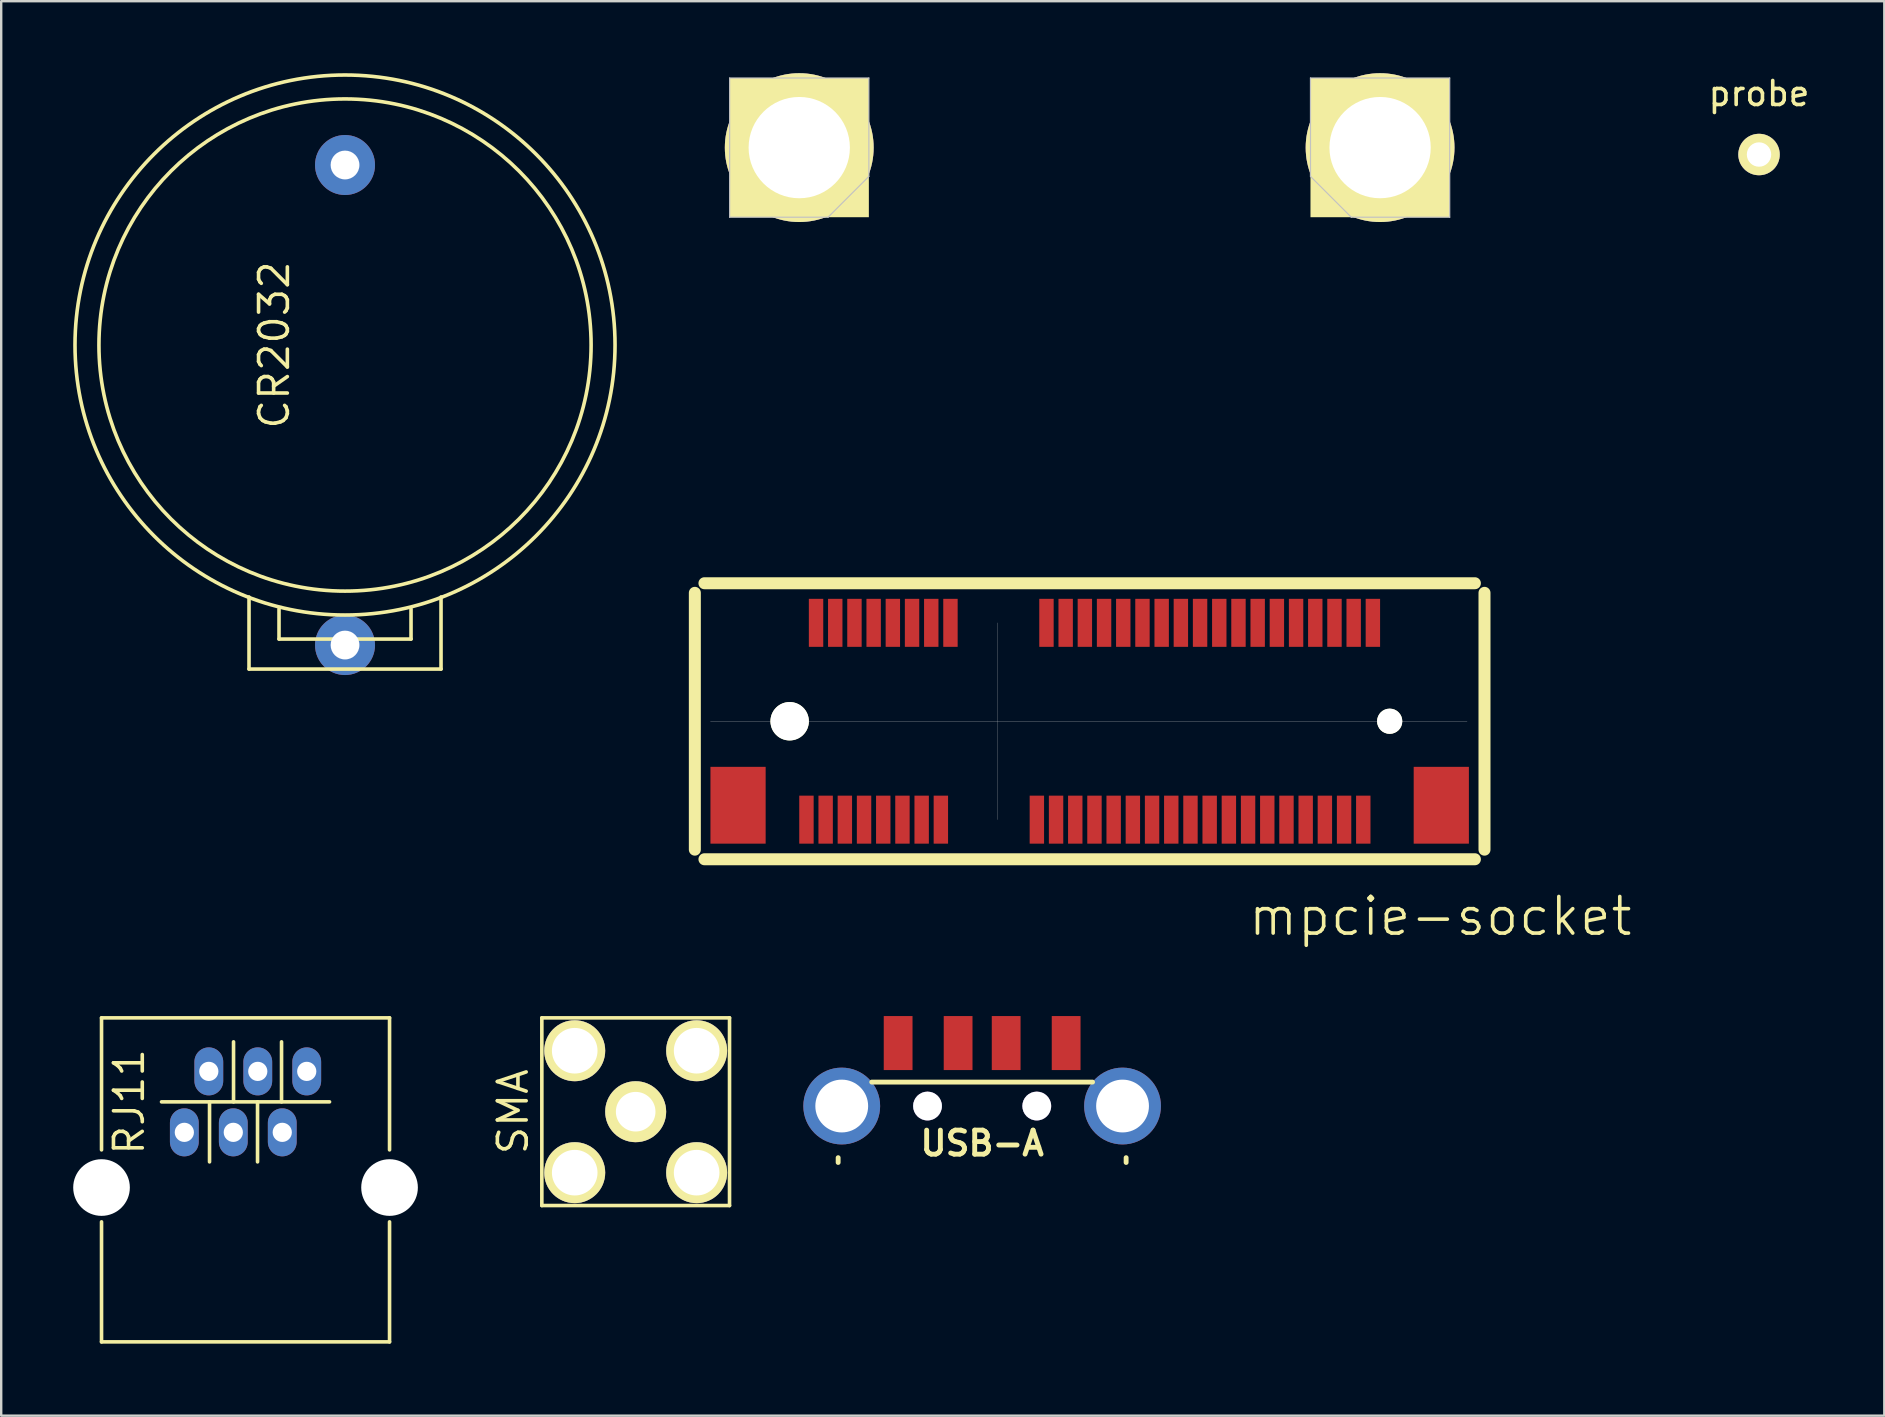
<source format=kicad_pcb>
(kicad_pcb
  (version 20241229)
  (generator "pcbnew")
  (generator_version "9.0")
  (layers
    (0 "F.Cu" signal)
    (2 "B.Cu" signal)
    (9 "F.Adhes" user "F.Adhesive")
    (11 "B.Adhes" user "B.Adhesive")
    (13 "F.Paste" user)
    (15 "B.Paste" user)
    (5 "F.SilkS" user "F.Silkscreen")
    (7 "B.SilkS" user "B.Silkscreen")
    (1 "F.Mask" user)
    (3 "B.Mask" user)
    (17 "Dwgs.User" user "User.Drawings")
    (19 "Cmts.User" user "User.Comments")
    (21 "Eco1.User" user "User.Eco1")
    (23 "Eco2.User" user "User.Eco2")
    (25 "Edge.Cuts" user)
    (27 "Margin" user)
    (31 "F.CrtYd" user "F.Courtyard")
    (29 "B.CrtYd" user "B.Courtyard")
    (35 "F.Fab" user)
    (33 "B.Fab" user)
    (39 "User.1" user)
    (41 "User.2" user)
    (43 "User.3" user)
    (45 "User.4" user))
  (footprint "SMA"
    (layer "F.Cu")
    (at 23.435 43.268)
    (property "Reference" "SMA" (at -5.11 0 90) (layer "F.SilkS") (effects (font (size 1.2 1.2) (thickness 0.15))))
    (attr through_hole)
    (fp_line (start -3.91 -3.91) (end -3.91 3.91) (stroke (width 0.15) (type solid)) (layer "F.SilkS"))
    (fp_line (start -3.91 3.91) (end 3.91 3.91) (stroke (width 0.15) (type solid)) (layer "F.SilkS"))
    (fp_line (start 3.91 3.91) (end 3.91 -3.91) (stroke (width 0.15) (type solid)) (layer "F.SilkS"))
    (fp_line (start 3.91 -3.91) (end -3.91 -3.91) (stroke (width 0.15) (type solid)) (layer "F.SilkS"))
    (pad "1" thru_hole circle (at 0 0) (size 2.54 2.54) (drill 1.65) (layers "*.Cu" "*.Mask" "F.SilkS"))
    (pad "2" thru_hole circle (at -2.54 -2.54) (size 2.54 2.54) (drill 1.9) (layers "*.Cu" "*.Mask" "F.SilkS"))
    (pad "2" thru_hole circle (at -2.54 2.54) (size 2.54 2.54) (drill 1.9) (layers "*.Cu" "*.Mask" "F.SilkS"))
    (pad "2" thru_hole circle (at 2.54 -2.54) (size 2.54 2.54) (drill 1.9) (layers "*.Cu" "*.Mask" "F.SilkS"))
    (pad "2" thru_hole circle (at 2.54 2.54) (size 2.54 2.54) (drill 1.9) (layers "*.Cu" "*.Mask" "F.SilkS")))
  (footprint "probe"
    (layer "F.Cu")
    (at 70.238 3.388)
    (property "Reference" "probe" (at 0 -2.54 0) (layer "F.SilkS") (effects (font (size 1 1) (thickness 0.15))))
    (attr through_hole)
    (pad "1" thru_hole circle (at 0 0) (size 1.727 1.727) (drill 1.016) (layers "*.Cu" "*.Mask" "F.SilkS")))
  (footprint "USB-A"
    (layer "F.Cu")
    (at 37.87 45.783)
    (property "Reference" "USB-A" (at 0 -1.199 0) (layer "F.SilkS") (effects (font (size 1.001 1.001) (thickness 0.203))))
    (attr through_hole)
    (fp_line (start -5.999 -0.399) (end -5.999 -0.599) (stroke (width 0.203) (type solid)) (layer "F.SilkS"))
    (fp_line (start -4.6 -3.749) (end 4.6 -3.749) (stroke (width 0.203) (type solid)) (layer "F.SilkS"))
    (fp_line (start 5.999 -0.399) (end 5.999 -0.599) (stroke (width 0.203) (type solid)) (layer "F.SilkS"))
    (pad "" thru_hole circle (at -2.276 -2.751) (size 1.199 1.199) (drill 1.199) (layers "*.Cu" "*.Mask"))
    (pad "" thru_hole circle (at 2.276 -2.751) (size 1.199 1.199) (drill 1.199) (layers "*.Cu" "*.Mask"))
    (pad "1" smd rect (at 3.5 -5.375) (size 1.199 2.25) (layers "F.Cu" "F.Mask"))
    (pad "2" smd rect (at 1.001 -5.375) (size 1.199 2.25) (layers "F.Cu" "F.Mask"))
    (pad "3" smd rect (at -1.001 -5.375) (size 1.199 2.25) (layers "F.Cu" "F.Mask"))
    (pad "4" smd rect (at -3.5 -5.375) (size 1.199 2.25) (layers "F.Cu" "F.Mask"))
    (pad "5" thru_hole circle (at -5.85 -2.751) (size 3.2 3.2) (drill 2.2) (layers "*.Cu" "*.Mask"))
    (pad "5" thru_hole circle (at 5.85 -2.751) (size 3.2 3.2) (drill 2.2) (layers "*.Cu" "*.Mask")))
  (footprint "CR2032"
    (layer "F.Cu")
    (at 11.325 11.325)
    (property "Reference" "CR2032" (at -2.95 0 90) (layer "F.SilkS") (effects (font (size 1.2 1.2) (thickness 0.15))))
    (attr through_hole)
    (fp_line (start -4 10.5) (end -4 13.5) (stroke (width 0.15) (type solid)) (layer "F.SilkS"))
    (fp_line (start -4 13.5) (end 4 13.5) (stroke (width 0.15) (type solid)) (layer "F.SilkS"))
    (fp_line (start -2.75 11) (end -2.75 12.25) (stroke (width 0.15) (type solid)) (layer "F.SilkS"))
    (fp_line (start -2.75 12.25) (end 2.75 12.25) (stroke (width 0.15) (type solid)) (layer "F.SilkS"))
    (fp_line (start 2.75 12.25) (end 2.75 11) (stroke (width 0.15) (type solid)) (layer "F.SilkS"))
    (fp_line (start 4 13.5) (end 4 10.5) (stroke (width 0.15) (type solid)) (layer "F.SilkS"))
    (fp_circle (center 0 0) (end 10.25 0.25) (stroke (width 0.15) (type solid)) (fill no) (layer "F.SilkS"))
    (fp_circle (center 0 0) (end 11.25 0) (stroke (width 0.15) (type solid)) (fill no) (layer "F.SilkS"))
    (pad "1" thru_hole circle (at 0 12.5) (size 2.5 2.5) (drill 1.2) (layers "*.Cu" "*.Mask"))
    (pad "2" thru_hole circle (at 0 -7.5) (size 2.5 2.5) (drill 1.2) (layers "*.Cu" "*.Mask")))
  (footprint "RJ11"
    (layer "F.Cu")
    (at 7.18 42.858)
    (property "Reference" "RJ11" (at -4.85 0 90) (layer "F.SilkS") (effects (font (size 1.2 1.2) (thickness 0.15))))
    (attr through_hole)
    (fp_line (start -6 -3.5) (end -6 2) (stroke (width 0.15) (type solid)) (layer "F.SilkS"))
    (fp_line (start -6 5) (end -6 10) (stroke (width 0.15) (type solid)) (layer "F.SilkS"))
    (fp_line (start -6 10) (end 6 10) (stroke (width 0.15) (type solid)) (layer "F.SilkS"))
    (fp_line (start -3.5 0) (end 3.5 0) (stroke (width 0.15) (type solid)) (layer "F.SilkS"))
    (fp_line (start -1.5 0) (end -1.5 2.5) (stroke (width 0.15) (type solid)) (layer "F.SilkS"))
    (fp_line (start -0.5 0) (end -0.5 -2.5) (stroke (width 0.15) (type solid)) (layer "F.SilkS"))
    (fp_line (start 0.5 0) (end 0.5 2.5) (stroke (width 0.15) (type solid)) (layer "F.SilkS"))
    (fp_line (start 1.5 0) (end 1.5 -2.5) (stroke (width 0.15) (type solid)) (layer "F.SilkS"))
    (fp_line (start 6 -3.5) (end -6 -3.5) (stroke (width 0.15) (type solid)) (layer "F.SilkS"))
    (fp_line (start 6 -3.5) (end 6 2) (stroke (width 0.15) (type solid)) (layer "F.SilkS"))
    (fp_line (start 6 5) (end 6 10) (stroke (width 0.15) (type solid)) (layer "F.SilkS"))
    (pad "" np_thru_hole circle (at -6 3.57) (size 2.36 2.36) (drill 2.36) (layers "*.Cu" "*.Mask"))
    (pad "" np_thru_hole circle (at 6 3.57) (size 2.36 2.36) (drill 2.36) (layers "*.Cu" "*.Mask"))
    (pad "1" thru_hole oval (at -2.55 1.27) (size 1.2 2) (drill 0.8) (layers "*.Cu" "*.Mask"))
    (pad "2" thru_hole oval (at -1.53 -1.27) (size 1.2 2) (drill 0.8) (layers "*.Cu" "*.Mask"))
    (pad "3" thru_hole oval (at -0.51 1.27) (size 1.2 2) (drill 0.8) (layers "*.Cu" "*.Mask"))
    (pad "4" thru_hole oval (at 0.51 -1.27) (size 1.2 2) (drill 0.8) (layers "*.Cu" "*.Mask"))
    (pad "5" thru_hole oval (at 1.53 1.27) (size 1.2 2) (drill 0.8) (layers "*.Cu" "*.Mask"))
    (pad "6" thru_hole oval (at 2.55 -1.27) (size 1.2 2) (drill 0.8) (layers "*.Cu" "*.Mask")))
  (footprint "mpcie-socket"
    (layer "F.Cu")
    (at 29.85 27)
    (property "Reference" "mpcie-socket" (at 27.112 8.128 180) (layer "F.SilkS") (effects (font (size 1.524 1.524) (thickness 0.15))))
    (attr through_hole)
    (fp_line (start -3.95 -5.35) (end -3.95 5.35) (stroke (width 0.5) (type solid)) (layer "F.SilkS"))
    (fp_line (start -3.55 5.75) (end 28.55 5.75) (stroke (width 0.5) (type solid)) (layer "F.SilkS"))
    (fp_line (start 28.55 -5.75) (end -3.55 -5.75) (stroke (width 0.5) (type solid)) (layer "F.SilkS"))
    (fp_line (start 28.95 5.35) (end 28.95 -5.35) (stroke (width 0.5) (type solid)) (layer "F.SilkS"))
    (fp_line (start -3.3 0) (end 28.225 0) (stroke (width 0.01) (type solid)) (layer "Dwgs.User"))
    (fp_line (start -2.5 -26.8) (end -2.5 -21) (stroke (width 0.05) (type solid)) (layer "Dwgs.User"))
    (fp_line (start -2.5 -21) (end 1.6 -21) (stroke (width 0.05) (type solid)) (layer "Dwgs.User"))
    (fp_line (start 3.3 -26.8) (end -2.5 -26.8) (stroke (width 0.05) (type solid)) (layer "Dwgs.User"))
    (fp_line (start 3.3 -22.7) (end 1.6 -21) (stroke (width 0.05) (type solid)) (layer "Dwgs.User"))
    (fp_line (start 3.3 -22.7) (end 3.3 -26.8) (stroke (width 0.05) (type solid)) (layer "Dwgs.User"))
    (fp_line (start 8.65 4.1) (end 8.65 -4.1) (stroke (width 0.01) (type solid)) (layer "Dwgs.User"))
    (fp_line (start 21.7 -26.8) (end 27.5 -26.8) (stroke (width 0.05) (type solid)) (layer "Dwgs.User"))
    (fp_line (start 21.7 -22.7) (end 21.7 -26.8) (stroke (width 0.05) (type solid)) (layer "Dwgs.User"))
    (fp_line (start 21.7 -22.7) (end 23.4 -21) (stroke (width 0.05) (type solid)) (layer "Dwgs.User"))
    (fp_line (start 27.5 -26.8) (end 27.5 -21) (stroke (width 0.05) (type solid)) (layer "Dwgs.User"))
    (fp_line (start 27.5 -21) (end 23.4 -21) (stroke (width 0.05) (type solid)) (layer "Dwgs.User"))
    (pad "" smd rect (at -2.15 3.5) (size 2.3 3.2) (layers "F.Cu" "F.Mask" "F.Paste"))
    (pad "" np_thru_hole circle (at 0 0) (size 1.6 1.6) (drill 1.6) (layers "*.Cu" "*.Mask" "F.SilkS"))
    (pad "" connect rect (at 0.4 -23.9) (size 5.8 5.8) (layers "F.SilkS"))
    (pad "" thru_hole circle (at 0.4 -23.9) (size 6.2 6.2) (drill 4.22) (layers "*.Cu" "*.Mask" "F.SilkS"))
    (pad "" connect rect (at 24.6 -23.9) (size 5.8 5.8) (layers "F.SilkS"))
    (pad "" thru_hole circle (at 24.6 -23.9) (size 6.2 6.2) (drill 4.22) (layers "*.Cu" "*.Mask" "F.SilkS"))
    (pad "" np_thru_hole circle (at 25 0) (size 1.05 1.05) (drill 1.05) (layers "*.Cu" "*.Mask" "F.SilkS"))
    (pad "" smd rect (at 27.15 3.5) (size 2.3 3.2) (layers "F.Cu" "F.Mask" "F.Paste"))
    (pad "1" smd rect (at 0.7 4.1) (size 0.6 2) (layers "F.Cu" "F.Mask" "F.Paste"))
    (pad "2" smd rect (at 1.1 -4.1) (size 0.6 2) (layers "F.Cu" "F.Mask" "F.Paste"))
    (pad "3" smd rect (at 1.5 4.1) (size 0.6 2) (layers "F.Cu" "F.Mask" "F.Paste"))
    (pad "4" smd rect (at 1.9 -4.1) (size 0.6 2) (layers "F.Cu" "F.Mask" "F.Paste"))
    (pad "5" smd rect (at 2.3 4.1) (size 0.6 2) (layers "F.Cu" "F.Mask" "F.Paste"))
    (pad "6" smd rect (at 2.7 -4.1) (size 0.6 2) (layers "F.Cu" "F.Mask" "F.Paste"))
    (pad "7" smd rect (at 3.1 4.1) (size 0.6 2) (layers "F.Cu" "F.Mask" "F.Paste"))
    (pad "8" smd rect (at 3.5 -4.1) (size 0.6 2) (layers "F.Cu" "F.Mask" "F.Paste"))
    (pad "9" smd rect (at 3.9 4.1) (size 0.6 2) (layers "F.Cu" "F.Mask" "F.Paste"))
    (pad "10" smd rect (at 4.3 -4.1) (size 0.6 2) (layers "F.Cu" "F.Mask" "F.Paste"))
    (pad "11" smd rect (at 4.7 4.1) (size 0.6 2) (layers "F.Cu" "F.Mask" "F.Paste"))
    (pad "12" smd rect (at 5.1 -4.1) (size 0.6 2) (layers "F.Cu" "F.Mask" "F.Paste"))
    (pad "13" smd rect (at 5.5 4.1) (size 0.6 2) (layers "F.Cu" "F.Mask" "F.Paste"))
    (pad "14" smd rect (at 5.9 -4.1) (size 0.6 2) (layers "F.Cu" "F.Mask" "F.Paste"))
    (pad "15" smd rect (at 6.3 4.1) (size 0.6 2) (layers "F.Cu" "F.Mask" "F.Paste"))
    (pad "16" smd rect (at 6.7 -4.1) (size 0.6 2) (layers "F.Cu" "F.Mask" "F.Paste"))
    (pad "17" smd rect (at 10.3 4.1) (size 0.6 2) (layers "F.Cu" "F.Mask" "F.Paste"))
    (pad "18" smd rect (at 10.7 -4.1) (size 0.6 2) (layers "F.Cu" "F.Mask" "F.Paste"))
    (pad "19" smd rect (at 11.1 4.1) (size 0.6 2) (layers "F.Cu" "F.Mask" "F.Paste"))
    (pad "20" smd rect (at 11.5 -4.1) (size 0.6 2) (layers "F.Cu" "F.Mask" "F.Paste"))
    (pad "21" smd rect (at 11.9 4.1) (size 0.6 2) (layers "F.Cu" "F.Mask" "F.Paste"))
    (pad "22" smd rect (at 12.3 -4.1) (size 0.6 2) (layers "F.Cu" "F.Mask" "F.Paste"))
    (pad "23" smd rect (at 12.7 4.1) (size 0.6 2) (layers "F.Cu" "F.Mask" "F.Paste"))
    (pad "24" smd rect (at 13.1 -4.1) (size 0.6 2) (layers "F.Cu" "F.Mask" "F.Paste"))
    (pad "25" smd rect (at 13.5 4.1) (size 0.6 2) (layers "F.Cu" "F.Mask" "F.Paste"))
    (pad "26" smd rect (at 13.9 -4.1) (size 0.6 2) (layers "F.Cu" "F.Mask" "F.Paste"))
    (pad "27" smd rect (at 14.3 4.1) (size 0.6 2) (layers "F.Cu" "F.Mask" "F.Paste"))
    (pad "28" smd rect (at 14.7 -4.1) (size 0.6 2) (layers "F.Cu" "F.Mask" "F.Paste"))
    (pad "29" smd rect (at 15.1 4.1) (size 0.6 2) (layers "F.Cu" "F.Mask" "F.Paste"))
    (pad "30" smd rect (at 15.5 -4.1) (size 0.6 2) (layers "F.Cu" "F.Mask" "F.Paste"))
    (pad "31" smd rect (at 15.9 4.1) (size 0.6 2) (layers "F.Cu" "F.Mask" "F.Paste"))
    (pad "32" smd rect (at 16.3 -4.1) (size 0.6 2) (layers "F.Cu" "F.Mask" "F.Paste"))
    (pad "33" smd rect (at 16.7 4.1) (size 0.6 2) (layers "F.Cu" "F.Mask" "F.Paste"))
    (pad "34" smd rect (at 17.1 -4.1) (size 0.6 2) (layers "F.Cu" "F.Mask" "F.Paste"))
    (pad "35" smd rect (at 17.5 4.1) (size 0.6 2) (layers "F.Cu" "F.Mask" "F.Paste"))
    (pad "36" smd rect (at 17.9 -4.1) (size 0.6 2) (layers "F.Cu" "F.Mask" "F.Paste"))
    (pad "37" smd rect (at 18.3 4.1) (size 0.6 2) (layers "F.Cu" "F.Mask" "F.Paste"))
    (pad "38" smd rect (at 18.7 -4.1) (size 0.6 2) (layers "F.Cu" "F.Mask" "F.Paste"))
    (pad "39" smd rect (at 19.1 4.1) (size 0.6 2) (layers "F.Cu" "F.Mask" "F.Paste"))
    (pad "40" smd rect (at 19.5 -4.1) (size 0.6 2) (layers "F.Cu" "F.Mask" "F.Paste"))
    (pad "41" smd rect (at 19.9 4.1) (size 0.6 2) (layers "F.Cu" "F.Mask" "F.Paste"))
    (pad "42" smd rect (at 20.3 -4.1) (size 0.6 2) (layers "F.Cu" "F.Mask" "F.Paste"))
    (pad "43" smd rect (at 20.7 4.1) (size 0.6 2) (layers "F.Cu" "F.Mask" "F.Paste"))
    (pad "44" smd rect (at 21.1 -4.1) (size 0.6 2) (layers "F.Cu" "F.Mask" "F.Paste"))
    (pad "45" smd rect (at 21.5 4.1) (size 0.6 2) (layers "F.Cu" "F.Mask" "F.Paste"))
    (pad "46" smd rect (at 21.9 -4.1) (size 0.6 2) (layers "F.Cu" "F.Mask" "F.Paste"))
    (pad "47" smd rect (at 22.3 4.1) (size 0.6 2) (layers "F.Cu" "F.Mask" "F.Paste"))
    (pad "48" smd rect (at 22.7 -4.1) (size 0.6 2) (layers "F.Cu" "F.Mask" "F.Paste"))
    (pad "49" smd rect (at 23.1 4.1) (size 0.6 2) (layers "F.Cu" "F.Mask" "F.Paste"))
    (pad "50" smd rect (at 23.5 -4.1) (size 0.6 2) (layers "F.Cu" "F.Mask" "F.Paste"))
    (pad "51" smd rect (at 23.9 4.1) (size 0.6 2) (layers "F.Cu" "F.Mask" "F.Paste"))
    (pad "52" smd rect (at 24.3 -4.1) (size 0.6 2) (layers "F.Cu" "F.Mask" "F.Paste")))
  (gr_rect
    (start -3 -3)
    (end 75.458 55.933)
    (stroke (width 0.1) (type default))
    (fill no)
    (layer "Edge.Cuts")))
</source>
